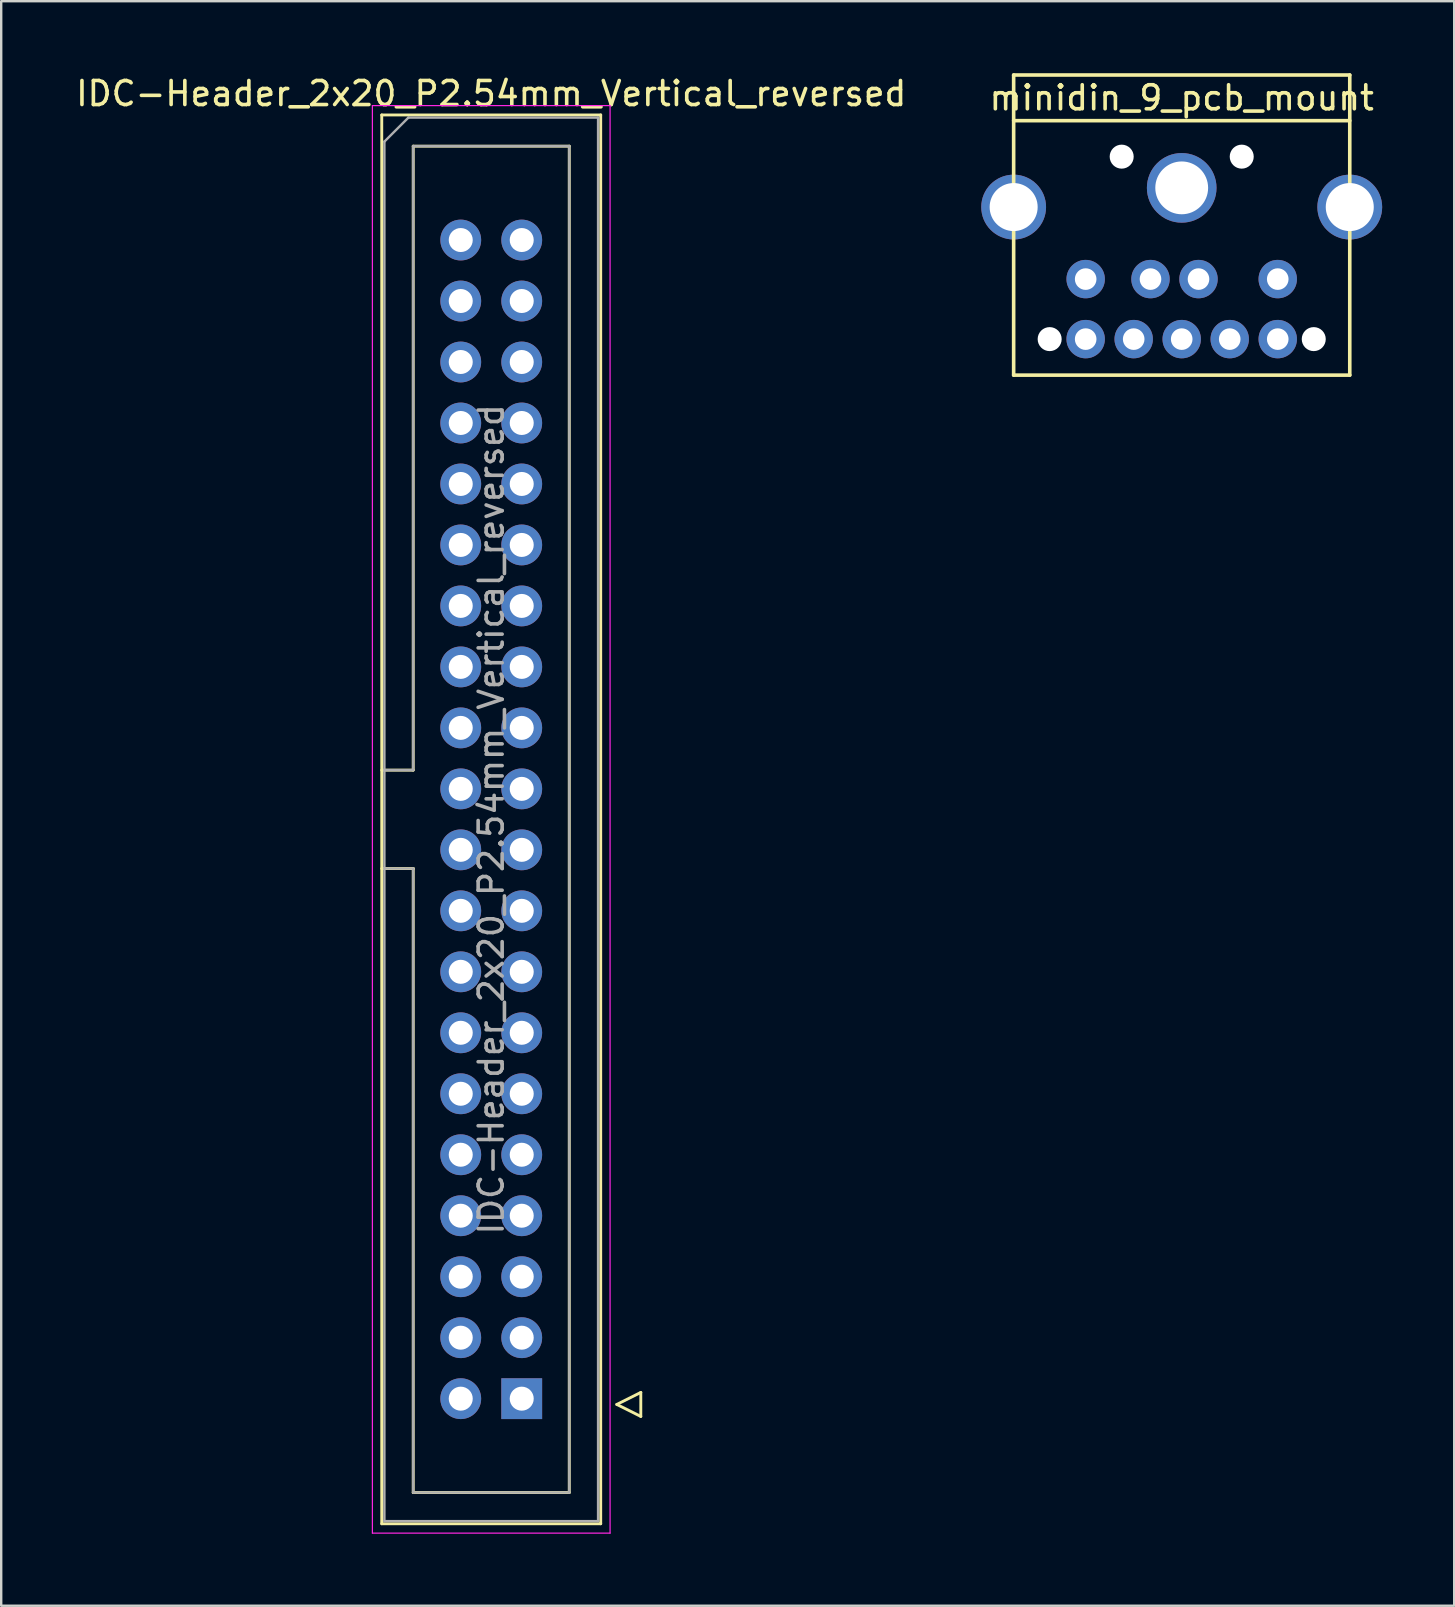
<source format=kicad_pcb>
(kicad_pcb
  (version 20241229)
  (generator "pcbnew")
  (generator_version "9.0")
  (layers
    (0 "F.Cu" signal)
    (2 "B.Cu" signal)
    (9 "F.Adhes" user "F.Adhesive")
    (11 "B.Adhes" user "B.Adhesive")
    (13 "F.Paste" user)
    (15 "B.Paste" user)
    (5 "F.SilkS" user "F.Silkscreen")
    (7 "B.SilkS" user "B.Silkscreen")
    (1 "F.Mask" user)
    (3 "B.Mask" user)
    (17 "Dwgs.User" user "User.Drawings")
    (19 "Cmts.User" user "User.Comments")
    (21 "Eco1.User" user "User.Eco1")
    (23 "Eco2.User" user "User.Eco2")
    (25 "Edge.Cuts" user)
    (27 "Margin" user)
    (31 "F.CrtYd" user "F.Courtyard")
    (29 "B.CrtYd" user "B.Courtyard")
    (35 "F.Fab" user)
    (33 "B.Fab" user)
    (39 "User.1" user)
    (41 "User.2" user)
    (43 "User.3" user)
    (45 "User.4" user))
  (footprint "IDC-Header_2x20_P2.54mm_Vertical_reversed"
    (layer "F.Cu")
    (at 16.141 6.948)
    (property "Reference" "IDC-Header_2x20_P2.54mm_Vertical_reversed" (at 1.27 -6.1 0) (layer "F.SilkS") (effects (font (size 1 1) (thickness 0.15))))
    (attr through_hole)
    (fp_line (start -3.29 -5.21) (end 5.83 -5.21) (stroke (width 0.12) (type solid)) (layer "F.SilkS"))
    (fp_line (start -3.29 22.08) (end -1.98 22.08) (stroke (width 0.12) (type solid)) (layer "F.SilkS"))
    (fp_line (start -3.29 53.47) (end -3.29 -5.21) (stroke (width 0.12) (type solid)) (layer "F.SilkS"))
    (fp_line (start -1.98 -3.91) (end 4.52 -3.91) (stroke (width 0.12) (type solid)) (layer "F.SilkS"))
    (fp_line (start -1.98 22.08) (end -1.98 -3.91) (stroke (width 0.12) (type solid)) (layer "F.SilkS"))
    (fp_line (start -1.98 26.18) (end -3.29 26.18) (stroke (width 0.12) (type solid)) (layer "F.SilkS"))
    (fp_line (start -1.98 26.18) (end -1.98 26.18) (stroke (width 0.12) (type solid)) (layer "F.SilkS"))
    (fp_line (start -1.98 52.17) (end -1.98 26.18) (stroke (width 0.12) (type solid)) (layer "F.SilkS"))
    (fp_line (start 4.52 -3.91) (end 4.52 52.17) (stroke (width 0.12) (type solid)) (layer "F.SilkS"))
    (fp_line (start 4.52 52.17) (end -1.98 52.17) (stroke (width 0.12) (type solid)) (layer "F.SilkS"))
    (fp_line (start 5.83 -5.21) (end 5.83 53.47) (stroke (width 0.12) (type solid)) (layer "F.SilkS"))
    (fp_line (start 5.83 53.47) (end -3.29 53.47) (stroke (width 0.12) (type solid)) (layer "F.SilkS"))
    (fp_line (start 6.5 48.5) (end 7.5 49) (stroke (width 0.12) (type solid)) (layer "F.SilkS"))
    (fp_line (start 7.5 48) (end 6.5 48.5) (stroke (width 0.12) (type solid)) (layer "F.SilkS"))
    (fp_line (start 7.5 49) (end 7.5 48) (stroke (width 0.12) (type solid)) (layer "F.SilkS"))
    (fp_line (start -3.68 -5.6) (end -3.68 53.86) (stroke (width 0.05) (type solid)) (layer "F.CrtYd"))
    (fp_line (start -3.68 53.86) (end 6.22 53.86) (stroke (width 0.05) (type solid)) (layer "F.CrtYd"))
    (fp_line (start 6.22 -5.6) (end -3.68 -5.6) (stroke (width 0.05) (type solid)) (layer "F.CrtYd"))
    (fp_line (start 6.22 53.86) (end 6.22 -5.6) (stroke (width 0.05) (type solid)) (layer "F.CrtYd"))
    (fp_line (start -3.18 -4.1) (end -2.18 -5.1) (stroke (width 0.1) (type solid)) (layer "F.Fab"))
    (fp_line (start -3.18 22.08) (end -1.98 22.08) (stroke (width 0.1) (type solid)) (layer "F.Fab"))
    (fp_line (start -3.18 53.36) (end -3.18 -4.1) (stroke (width 0.1) (type solid)) (layer "F.Fab"))
    (fp_line (start -2.18 -5.1) (end 5.72 -5.1) (stroke (width 0.1) (type solid)) (layer "F.Fab"))
    (fp_line (start -1.98 -3.91) (end 4.52 -3.91) (stroke (width 0.1) (type solid)) (layer "F.Fab"))
    (fp_line (start -1.98 22.08) (end -1.98 -3.91) (stroke (width 0.1) (type solid)) (layer "F.Fab"))
    (fp_line (start -1.98 26.18) (end -3.18 26.18) (stroke (width 0.1) (type solid)) (layer "F.Fab"))
    (fp_line (start -1.98 26.18) (end -1.98 26.18) (stroke (width 0.1) (type solid)) (layer "F.Fab"))
    (fp_line (start -1.98 52.17) (end -1.98 26.18) (stroke (width 0.1) (type solid)) (layer "F.Fab"))
    (fp_line (start 4.52 -3.91) (end 4.52 52.17) (stroke (width 0.1) (type solid)) (layer "F.Fab"))
    (fp_line (start 4.52 52.17) (end -1.98 52.17) (stroke (width 0.1) (type solid)) (layer "F.Fab"))
    (fp_line (start 5.72 -5.1) (end 5.72 53.36) (stroke (width 0.1) (type solid)) (layer "F.Fab"))
    (fp_line (start 5.72 53.36) (end -3.18 53.36) (stroke (width 0.1) (type solid)) (layer "F.Fab"))
    (fp_text user "${REFERENCE}" (at 1.27 24.13 90) (layer "F.Fab") (effects (font (size 1 1) (thickness 0.15))))
    (pad "1" thru_hole rect (at 2.54 48.26) (size 1.7 1.7) (drill 1) (layers "*.Cu" "*.Mask"))
    (pad "2" thru_hole circle (at 0 48.26) (size 1.7 1.7) (drill 1) (layers "*.Cu" "*.Mask"))
    (pad "3" thru_hole circle (at 2.54 45.72) (size 1.7 1.7) (drill 1) (layers "*.Cu" "*.Mask"))
    (pad "4" thru_hole circle (at 0 45.72) (size 1.7 1.7) (drill 1) (layers "*.Cu" "*.Mask"))
    (pad "5" thru_hole circle (at 2.54 43.18) (size 1.7 1.7) (drill 1) (layers "*.Cu" "*.Mask"))
    (pad "6" thru_hole circle (at 0 43.18) (size 1.7 1.7) (drill 1) (layers "*.Cu" "*.Mask"))
    (pad "7" thru_hole circle (at 2.54 40.64) (size 1.7 1.7) (drill 1) (layers "*.Cu" "*.Mask"))
    (pad "8" thru_hole circle (at 0 40.64) (size 1.7 1.7) (drill 1) (layers "*.Cu" "*.Mask"))
    (pad "9" thru_hole circle (at 2.54 38.1) (size 1.7 1.7) (drill 1) (layers "*.Cu" "*.Mask"))
    (pad "10" thru_hole circle (at 0 38.1) (size 1.7 1.7) (drill 1) (layers "*.Cu" "*.Mask"))
    (pad "11" thru_hole circle (at 2.54 35.56) (size 1.7 1.7) (drill 1) (layers "*.Cu" "*.Mask"))
    (pad "12" thru_hole circle (at 0 35.56) (size 1.7 1.7) (drill 1) (layers "*.Cu" "*.Mask"))
    (pad "13" thru_hole circle (at 2.54 33.02) (size 1.7 1.7) (drill 1) (layers "*.Cu" "*.Mask"))
    (pad "14" thru_hole circle (at 0 33.02) (size 1.7 1.7) (drill 1) (layers "*.Cu" "*.Mask"))
    (pad "15" thru_hole circle (at 2.54 30.48) (size 1.7 1.7) (drill 1) (layers "*.Cu" "*.Mask"))
    (pad "16" thru_hole circle (at 0 30.48) (size 1.7 1.7) (drill 1) (layers "*.Cu" "*.Mask"))
    (pad "17" thru_hole circle (at 2.54 27.94) (size 1.7 1.7) (drill 1) (layers "*.Cu" "*.Mask"))
    (pad "18" thru_hole circle (at 0 27.94) (size 1.7 1.7) (drill 1) (layers "*.Cu" "*.Mask"))
    (pad "19" thru_hole circle (at 2.54 25.4) (size 1.7 1.7) (drill 1) (layers "*.Cu" "*.Mask"))
    (pad "20" thru_hole circle (at 0 25.4) (size 1.7 1.7) (drill 1) (layers "*.Cu" "*.Mask"))
    (pad "21" thru_hole circle (at 2.54 22.86) (size 1.7 1.7) (drill 1) (layers "*.Cu" "*.Mask"))
    (pad "22" thru_hole circle (at 0 22.86) (size 1.7 1.7) (drill 1) (layers "*.Cu" "*.Mask"))
    (pad "23" thru_hole circle (at 2.54 20.32) (size 1.7 1.7) (drill 1) (layers "*.Cu" "*.Mask"))
    (pad "24" thru_hole circle (at 0 20.32) (size 1.7 1.7) (drill 1) (layers "*.Cu" "*.Mask"))
    (pad "25" thru_hole circle (at 2.54 17.78) (size 1.7 1.7) (drill 1) (layers "*.Cu" "*.Mask"))
    (pad "26" thru_hole circle (at 0 17.78) (size 1.7 1.7) (drill 1) (layers "*.Cu" "*.Mask"))
    (pad "27" thru_hole circle (at 2.54 15.24) (size 1.7 1.7) (drill 1) (layers "*.Cu" "*.Mask"))
    (pad "28" thru_hole circle (at 0 15.24) (size 1.7 1.7) (drill 1) (layers "*.Cu" "*.Mask"))
    (pad "29" thru_hole circle (at 2.54 12.7) (size 1.7 1.7) (drill 1) (layers "*.Cu" "*.Mask"))
    (pad "30" thru_hole circle (at 0 12.7) (size 1.7 1.7) (drill 1) (layers "*.Cu" "*.Mask"))
    (pad "31" thru_hole circle (at 2.54 10.16) (size 1.7 1.7) (drill 1) (layers "*.Cu" "*.Mask"))
    (pad "32" thru_hole circle (at 0 10.16) (size 1.7 1.7) (drill 1) (layers "*.Cu" "*.Mask"))
    (pad "33" thru_hole circle (at 2.54 7.62) (size 1.7 1.7) (drill 1) (layers "*.Cu" "*.Mask"))
    (pad "34" thru_hole circle (at 0 7.62) (size 1.7 1.7) (drill 1) (layers "*.Cu" "*.Mask"))
    (pad "35" thru_hole circle (at 2.54 5.08) (size 1.7 1.7) (drill 1) (layers "*.Cu" "*.Mask"))
    (pad "36" thru_hole circle (at 0 5.08) (size 1.7 1.7) (drill 1) (layers "*.Cu" "*.Mask"))
    (pad "37" thru_hole circle (at 2.54 2.54) (size 1.7 1.7) (drill 1) (layers "*.Cu" "*.Mask"))
    (pad "38" thru_hole circle (at 0 2.54) (size 1.7 1.7) (drill 1) (layers "*.Cu" "*.Mask"))
    (pad "39" thru_hole circle (at 2.54 0) (size 1.7 1.7) (drill 1) (layers "*.Cu" "*.Mask"))
    (pad "40" thru_hole circle (at 0 0) (size 1.7 1.7) (drill 1) (layers "*.Cu" "*.Mask")))
  (footprint "minidin_9_pcb_mount"
    (layer "F.Cu")
    (at 46.171 6.325)
    (property "Reference" "minidin_9_pcb_mount" (at 0 -5.3 0) (layer "F.SilkS") (effects (font (size 1 1) (thickness 0.15))))
    (attr through_hole)
    (fp_line (start -7 -6.25) (end -7 6.25) (stroke (width 0.15) (type solid)) (layer "F.SilkS"))
    (fp_line (start -7 -4.35) (end 7 -4.35) (stroke (width 0.15) (type solid)) (layer "F.SilkS"))
    (fp_line (start -7 6.25) (end 7 6.25) (stroke (width 0.15) (type solid)) (layer "F.SilkS"))
    (fp_line (start 7 -6.25) (end -7 -6.25) (stroke (width 0.15) (type solid)) (layer "F.SilkS"))
    (fp_line (start 7 6.25) (end 7 -6.25) (stroke (width 0.15) (type solid)) (layer "F.SilkS"))
    (pad "" np_thru_hole circle (at -5.5 4.75) (size 1 1) (drill 1) (layers "*.Cu" "*.Mask"))
    (pad "" np_thru_hole circle (at -2.5 -2.85) (size 1 1) (drill 1) (layers "*.Cu" "*.Mask"))
    (pad "" np_thru_hole circle (at 2.5 -2.85) (size 1 1) (drill 1) (layers "*.Cu" "*.Mask"))
    (pad "" np_thru_hole circle (at 5.5 4.75) (size 1 1) (drill 1) (layers "*.Cu" "*.Mask"))
    (pad "1" thru_hole circle (at -1.3 2.25) (size 1.6 1.6) (drill 0.9) (layers "*.Cu" "*.Mask"))
    (pad "2" thru_hole circle (at 0.7 2.25) (size 1.6 1.6) (drill 0.9) (layers "*.Cu" "*.Mask"))
    (pad "3" thru_hole circle (at -4 2.25) (size 1.6 1.6) (drill 0.9) (layers "*.Cu" "*.Mask"))
    (pad "4" thru_hole circle (at -2 4.75) (size 1.6 1.6) (drill 0.9) (layers "*.Cu" "*.Mask"))
    (pad "5" thru_hole circle (at 0 4.75) (size 1.6 1.6) (drill 0.9) (layers "*.Cu" "*.Mask"))
    (pad "6" thru_hole circle (at 4 2.25) (size 1.6 1.6) (drill 0.9) (layers "*.Cu" "*.Mask"))
    (pad "7" thru_hole circle (at -4 4.75) (size 1.6 1.6) (drill 0.9) (layers "*.Cu" "*.Mask"))
    (pad "8" thru_hole circle (at 2 4.75) (size 1.6 1.6) (drill 0.9) (layers "*.Cu" "*.Mask"))
    (pad "9" thru_hole circle (at 4 4.75) (size 1.6 1.6) (drill 0.9) (layers "*.Cu" "*.Mask"))
    (pad "S1" thru_hole circle (at 0 -1.55) (size 2.9 2.9) (drill 2.2) (layers "*.Cu" "*.Mask"))
    (pad "S2" thru_hole circle (at -7 -0.75) (size 2.7 2.7) (drill 2) (layers "*.Cu" "*.Mask"))
    (pad "S3" thru_hole circle (at 7 -0.75) (size 2.7 2.7) (drill 2) (layers "*.Cu" "*.Mask")))
  (gr_rect
    (start -3 -3)
    (end 57.521 63.833)
    (stroke (width 0.1) (type default))
    (fill no)
    (layer "Edge.Cuts")))
</source>
